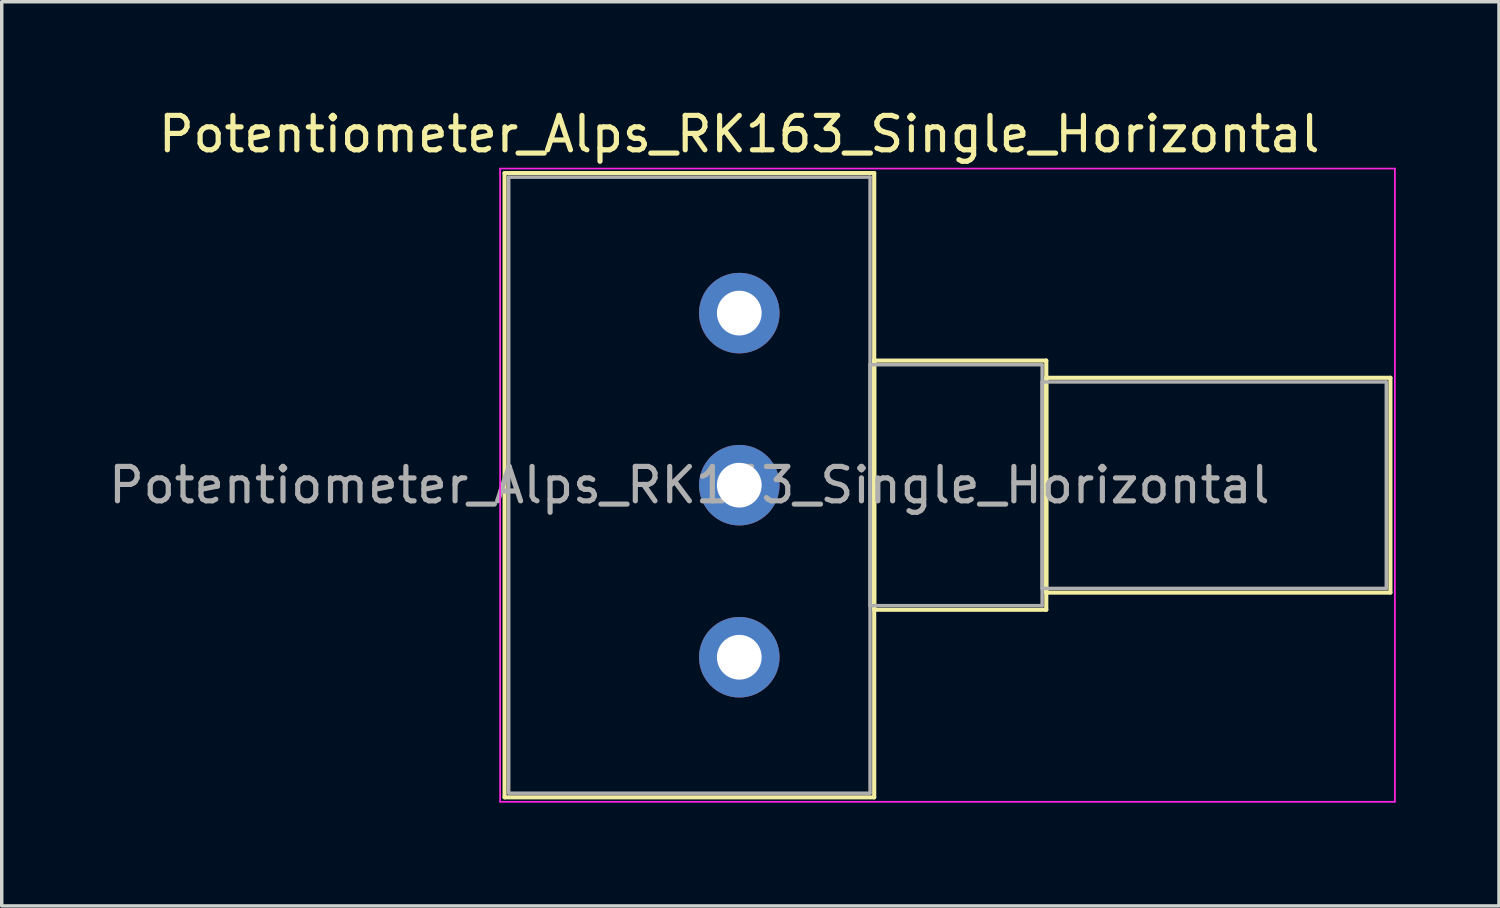
<source format=kicad_pcb>
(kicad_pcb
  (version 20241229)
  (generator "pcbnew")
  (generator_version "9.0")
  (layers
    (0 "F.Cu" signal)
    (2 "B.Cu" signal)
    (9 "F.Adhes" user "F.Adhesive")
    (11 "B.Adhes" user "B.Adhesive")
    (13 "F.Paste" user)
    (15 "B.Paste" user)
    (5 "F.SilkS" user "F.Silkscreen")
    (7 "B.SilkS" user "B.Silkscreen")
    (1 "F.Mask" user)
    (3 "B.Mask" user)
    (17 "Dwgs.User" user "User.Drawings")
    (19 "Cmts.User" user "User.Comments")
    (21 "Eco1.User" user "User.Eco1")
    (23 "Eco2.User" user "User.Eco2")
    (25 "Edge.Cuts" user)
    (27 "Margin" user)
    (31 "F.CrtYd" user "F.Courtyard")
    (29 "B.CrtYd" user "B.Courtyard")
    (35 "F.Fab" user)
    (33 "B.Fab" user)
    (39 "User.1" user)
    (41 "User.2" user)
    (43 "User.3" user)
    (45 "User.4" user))
  (footprint "Potentiometer_Alps_RK163_Single_Horizontal"
    (layer "F.Cu")
    (at 18.432 16.048)
    (property "Reference" "Potentiometer_Alps_RK163_Single_Horizontal" (at 0 -15.2 0) (layer "F.SilkS") (effects (font (size 1 1) (thickness 0.15))))
    (attr through_hole)
    (fp_line (start -6.82 -14.07) (end -6.82 4.07) (stroke (width 0.12) (type solid)) (layer "F.SilkS"))
    (fp_line (start -6.82 -14.07) (end 3.92 -14.07) (stroke (width 0.12) (type solid)) (layer "F.SilkS"))
    (fp_line (start -6.82 4.07) (end 3.92 4.07) (stroke (width 0.12) (type solid)) (layer "F.SilkS"))
    (fp_line (start 3.92 -14.07) (end 3.92 4.07) (stroke (width 0.12) (type solid)) (layer "F.SilkS"))
    (fp_line (start 3.92 -8.62) (end 3.92 -1.38) (stroke (width 0.12) (type solid)) (layer "F.SilkS"))
    (fp_line (start 3.92 -8.62) (end 8.92 -8.62) (stroke (width 0.12) (type solid)) (layer "F.SilkS"))
    (fp_line (start 3.92 -1.38) (end 8.92 -1.38) (stroke (width 0.12) (type solid)) (layer "F.SilkS"))
    (fp_line (start 8.92 -8.62) (end 8.92 -1.38) (stroke (width 0.12) (type solid)) (layer "F.SilkS"))
    (fp_line (start 8.92 -8.12) (end 8.92 -1.879) (stroke (width 0.12) (type solid)) (layer "F.SilkS"))
    (fp_line (start 8.92 -8.12) (end 18.92 -8.12) (stroke (width 0.12) (type solid)) (layer "F.SilkS"))
    (fp_line (start 8.92 -1.879) (end 18.92 -1.879) (stroke (width 0.12) (type solid)) (layer "F.SilkS"))
    (fp_line (start 18.92 -8.12) (end 18.92 -1.879) (stroke (width 0.12) (type solid)) (layer "F.SilkS"))
    (fp_line (start -6.95 -14.2) (end -6.95 4.2) (stroke (width 0.05) (type solid)) (layer "F.CrtYd"))
    (fp_line (start -6.95 4.2) (end 19.05 4.2) (stroke (width 0.05) (type solid)) (layer "F.CrtYd"))
    (fp_line (start 19.05 -14.2) (end -6.95 -14.2) (stroke (width 0.05) (type solid)) (layer "F.CrtYd"))
    (fp_line (start 19.05 4.2) (end 19.05 -14.2) (stroke (width 0.05) (type solid)) (layer "F.CrtYd"))
    (fp_line (start -6.7 -13.95) (end -6.7 3.95) (stroke (width 0.1) (type solid)) (layer "F.Fab"))
    (fp_line (start -6.7 3.95) (end 3.8 3.95) (stroke (width 0.1) (type solid)) (layer "F.Fab"))
    (fp_line (start 3.8 -13.95) (end -6.7 -13.95) (stroke (width 0.1) (type solid)) (layer "F.Fab"))
    (fp_line (start 3.8 -8.5) (end 3.8 -1.5) (stroke (width 0.1) (type solid)) (layer "F.Fab"))
    (fp_line (start 3.8 -1.5) (end 8.8 -1.5) (stroke (width 0.1) (type solid)) (layer "F.Fab"))
    (fp_line (start 3.8 3.95) (end 3.8 -13.95) (stroke (width 0.1) (type solid)) (layer "F.Fab"))
    (fp_line (start 8.8 -8.5) (end 3.8 -8.5) (stroke (width 0.1) (type solid)) (layer "F.Fab"))
    (fp_line (start 8.8 -8) (end 8.8 -2) (stroke (width 0.1) (type solid)) (layer "F.Fab"))
    (fp_line (start 8.8 -2) (end 18.8 -2) (stroke (width 0.1) (type solid)) (layer "F.Fab"))
    (fp_line (start 8.8 -1.5) (end 8.8 -8.5) (stroke (width 0.1) (type solid)) (layer "F.Fab"))
    (fp_line (start 18.8 -8) (end 8.8 -8) (stroke (width 0.1) (type solid)) (layer "F.Fab"))
    (fp_line (start 18.8 -2) (end 18.8 -8) (stroke (width 0.1) (type solid)) (layer "F.Fab"))
    (fp_text user "${REFERENCE}" (at -1.45 -5 0) (layer "F.Fab") (effects (font (size 1 1) (thickness 0.15))))
    (pad "1" thru_hole circle (at 0 0) (size 2.34 2.34) (drill 1.3) (layers "*.Cu" "*.Mask"))
    (pad "2" thru_hole circle (at 0 -5) (size 2.34 2.34) (drill 1.3) (layers "*.Cu" "*.Mask"))
    (pad "3" thru_hole circle (at 0 -10) (size 2.34 2.34) (drill 1.3) (layers "*.Cu" "*.Mask")))
  (gr_rect
    (start -3 -3)
    (end 40.507 23.273)
    (stroke (width 0.1) (type default))
    (fill no)
    (layer "Edge.Cuts")))
</source>
